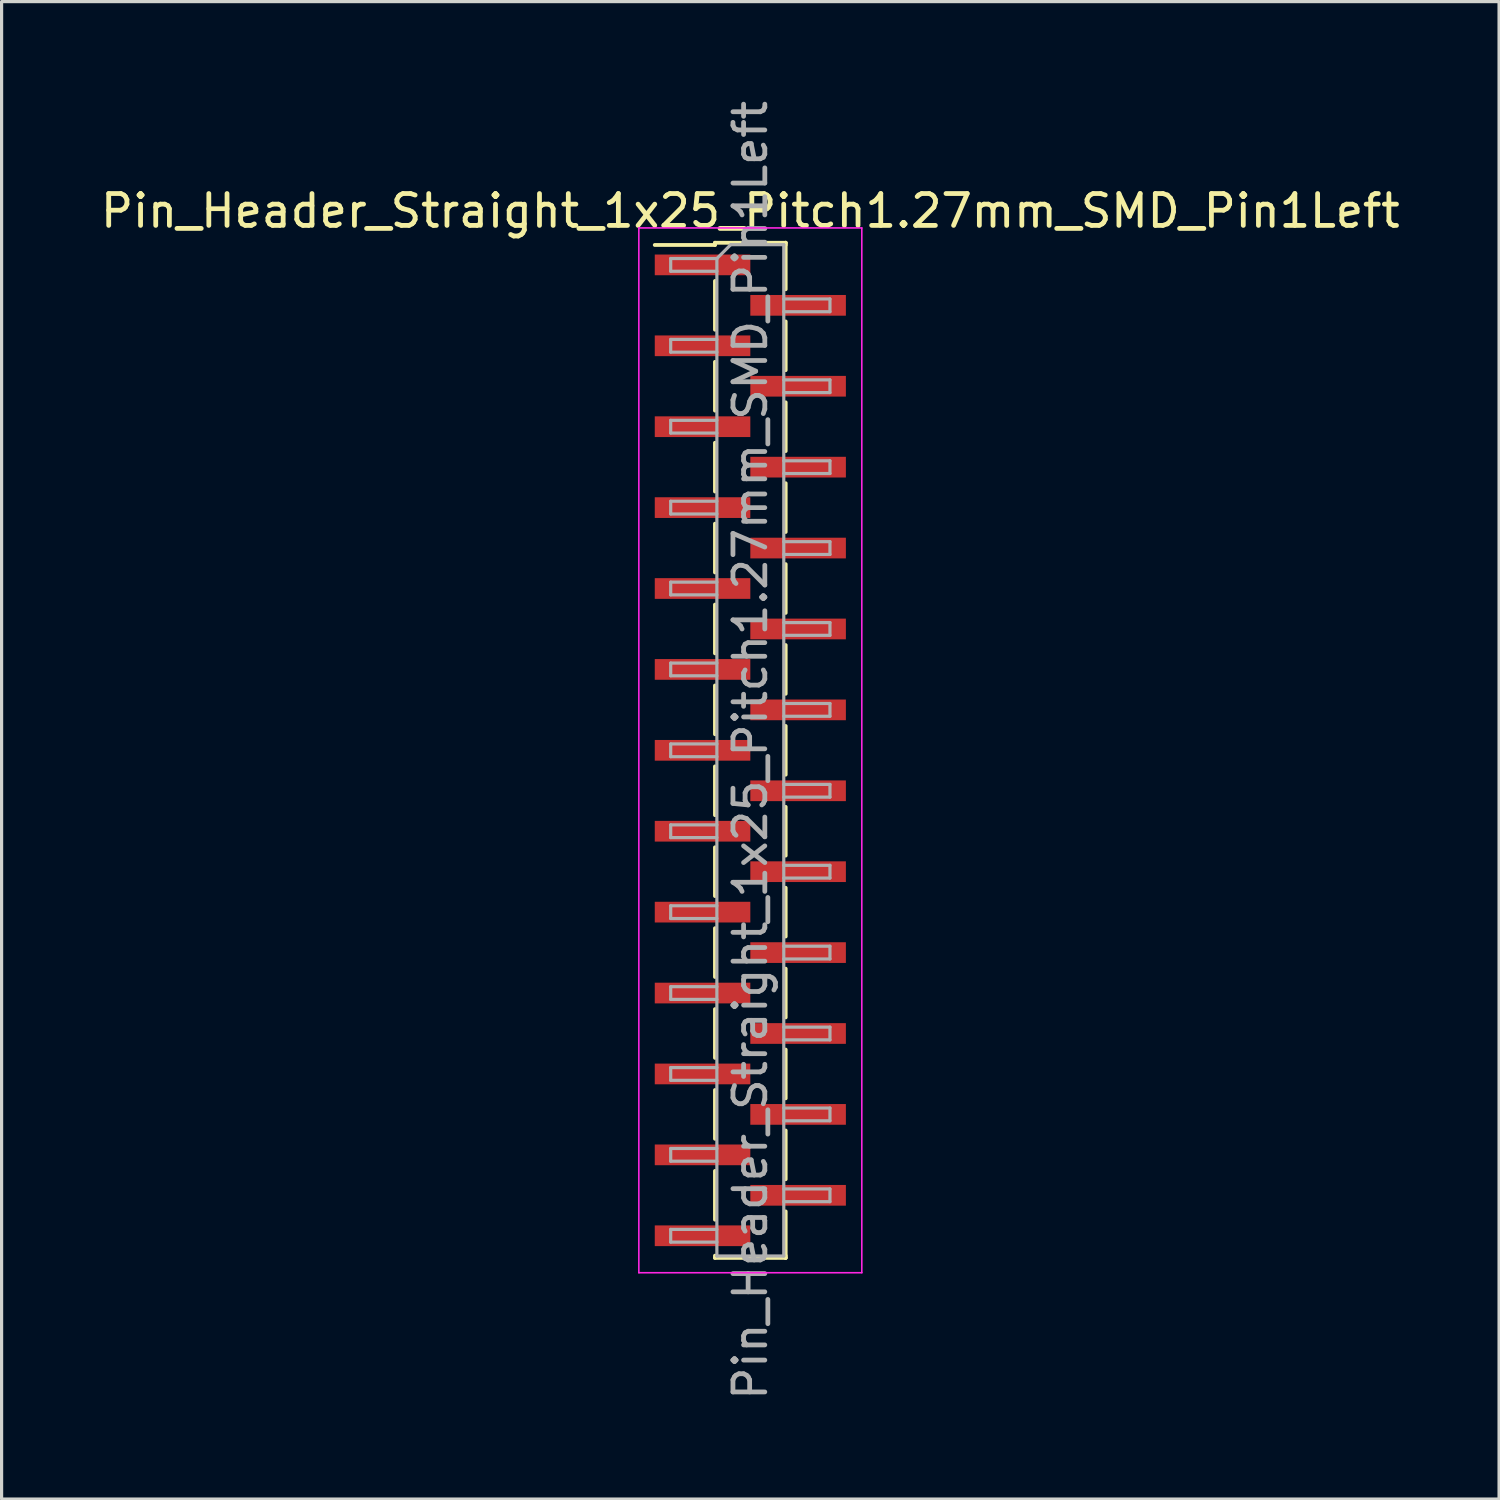
<source format=kicad_pcb>
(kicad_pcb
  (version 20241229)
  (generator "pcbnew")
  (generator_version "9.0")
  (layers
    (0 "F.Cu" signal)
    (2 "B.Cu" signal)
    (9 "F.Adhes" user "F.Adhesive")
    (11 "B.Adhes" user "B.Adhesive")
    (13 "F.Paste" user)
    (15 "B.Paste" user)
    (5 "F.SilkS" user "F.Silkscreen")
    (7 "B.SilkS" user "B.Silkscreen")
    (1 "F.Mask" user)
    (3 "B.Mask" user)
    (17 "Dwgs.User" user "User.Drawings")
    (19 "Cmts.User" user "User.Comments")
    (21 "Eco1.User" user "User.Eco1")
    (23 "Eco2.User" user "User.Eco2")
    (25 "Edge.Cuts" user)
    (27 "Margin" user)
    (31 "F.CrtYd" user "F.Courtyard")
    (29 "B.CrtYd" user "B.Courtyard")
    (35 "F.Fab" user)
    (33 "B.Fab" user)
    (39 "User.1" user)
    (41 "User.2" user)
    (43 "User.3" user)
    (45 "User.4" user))
  (footprint "Pin_Header_Straight_1x25_Pitch1.27mm_SMD_Pin1Left"
    (layer "F.Cu")
    (at 20.506 20.506)
    (property "Reference" "Pin_Header_Straight_1x25_Pitch1.27mm_SMD_Pin1Left" (at 0 -16.935 0) (layer "F.SilkS") (effects (font (size 1 1) (thickness 0.15))))
    (attr smd)
    (fp_line (start -1.11 -15.935) (end 1.11 -15.935) (stroke (width 0.12) (type solid)) (layer "F.SilkS"))
    (fp_line (start -1.11 -15.865) (end -3 -15.865) (stroke (width 0.12) (type solid)) (layer "F.SilkS"))
    (fp_line (start -1.11 -15.865) (end -1.11 -15.935) (stroke (width 0.12) (type solid)) (layer "F.SilkS"))
    (fp_line (start -1.11 -14.735) (end -1.11 -13.205) (stroke (width 0.12) (type solid)) (layer "F.SilkS"))
    (fp_line (start -1.11 -12.195) (end -1.11 -10.665) (stroke (width 0.12) (type solid)) (layer "F.SilkS"))
    (fp_line (start -1.11 -9.655) (end -1.11 -8.125) (stroke (width 0.12) (type solid)) (layer "F.SilkS"))
    (fp_line (start -1.11 -7.115) (end -1.11 -5.585) (stroke (width 0.12) (type solid)) (layer "F.SilkS"))
    (fp_line (start -1.11 -4.575) (end -1.11 -3.045) (stroke (width 0.12) (type solid)) (layer "F.SilkS"))
    (fp_line (start -1.11 -2.035) (end -1.11 -0.505) (stroke (width 0.12) (type solid)) (layer "F.SilkS"))
    (fp_line (start -1.11 0.505) (end -1.11 2.035) (stroke (width 0.12) (type solid)) (layer "F.SilkS"))
    (fp_line (start -1.11 3.045) (end -1.11 4.575) (stroke (width 0.12) (type solid)) (layer "F.SilkS"))
    (fp_line (start -1.11 5.585) (end -1.11 7.115) (stroke (width 0.12) (type solid)) (layer "F.SilkS"))
    (fp_line (start -1.11 8.125) (end -1.11 9.655) (stroke (width 0.12) (type solid)) (layer "F.SilkS"))
    (fp_line (start -1.11 10.665) (end -1.11 12.195) (stroke (width 0.12) (type solid)) (layer "F.SilkS"))
    (fp_line (start -1.11 13.205) (end -1.11 14.735) (stroke (width 0.12) (type solid)) (layer "F.SilkS"))
    (fp_line (start -1.11 15.865) (end -1.11 15.935) (stroke (width 0.12) (type solid)) (layer "F.SilkS"))
    (fp_line (start -1.11 15.935) (end 1.11 15.935) (stroke (width 0.12) (type solid)) (layer "F.SilkS"))
    (fp_line (start 1.11 -15.935) (end 1.11 -15.865) (stroke (width 0.12) (type solid)) (layer "F.SilkS"))
    (fp_line (start 1.11 -15.935) (end 1.11 -14.475) (stroke (width 0.12) (type solid)) (layer "F.SilkS"))
    (fp_line (start 1.11 -13.465) (end 1.11 -11.935) (stroke (width 0.12) (type solid)) (layer "F.SilkS"))
    (fp_line (start 1.11 -10.925) (end 1.11 -9.395) (stroke (width 0.12) (type solid)) (layer "F.SilkS"))
    (fp_line (start 1.11 -8.385) (end 1.11 -6.855) (stroke (width 0.12) (type solid)) (layer "F.SilkS"))
    (fp_line (start 1.11 -5.845) (end 1.11 -4.315) (stroke (width 0.12) (type solid)) (layer "F.SilkS"))
    (fp_line (start 1.11 -3.305) (end 1.11 -1.775) (stroke (width 0.12) (type solid)) (layer "F.SilkS"))
    (fp_line (start 1.11 -0.765) (end 1.11 0.765) (stroke (width 0.12) (type solid)) (layer "F.SilkS"))
    (fp_line (start 1.11 1.775) (end 1.11 3.305) (stroke (width 0.12) (type solid)) (layer "F.SilkS"))
    (fp_line (start 1.11 4.315) (end 1.11 5.845) (stroke (width 0.12) (type solid)) (layer "F.SilkS"))
    (fp_line (start 1.11 6.855) (end 1.11 8.385) (stroke (width 0.12) (type solid)) (layer "F.SilkS"))
    (fp_line (start 1.11 9.395) (end 1.11 10.925) (stroke (width 0.12) (type solid)) (layer "F.SilkS"))
    (fp_line (start 1.11 11.935) (end 1.11 13.465) (stroke (width 0.12) (type solid)) (layer "F.SilkS"))
    (fp_line (start 1.11 14.475) (end 1.11 15.935) (stroke (width 0.12) (type solid)) (layer "F.SilkS"))
    (fp_line (start 1.11 15.935) (end 1.11 15.865) (stroke (width 0.12) (type solid)) (layer "F.SilkS"))
    (fp_line (start -3.5 -16.4) (end -3.5 16.4) (stroke (width 0.05) (type solid)) (layer "F.CrtYd"))
    (fp_line (start -3.5 16.4) (end 3.5 16.4) (stroke (width 0.05) (type solid)) (layer "F.CrtYd"))
    (fp_line (start 3.5 -16.4) (end -3.5 -16.4) (stroke (width 0.05) (type solid)) (layer "F.CrtYd"))
    (fp_line (start 3.5 16.4) (end 3.5 -16.4) (stroke (width 0.05) (type solid)) (layer "F.CrtYd"))
    (fp_line (start -2.5 -15.44) (end -2.5 -15.04) (stroke (width 0.1) (type solid)) (layer "F.Fab"))
    (fp_line (start -2.5 -15.04) (end -1.05 -15.04) (stroke (width 0.1) (type solid)) (layer "F.Fab"))
    (fp_line (start -2.5 -12.9) (end -2.5 -12.5) (stroke (width 0.1) (type solid)) (layer "F.Fab"))
    (fp_line (start -2.5 -12.5) (end -1.05 -12.5) (stroke (width 0.1) (type solid)) (layer "F.Fab"))
    (fp_line (start -2.5 -10.36) (end -2.5 -9.96) (stroke (width 0.1) (type solid)) (layer "F.Fab"))
    (fp_line (start -2.5 -9.96) (end -1.05 -9.96) (stroke (width 0.1) (type solid)) (layer "F.Fab"))
    (fp_line (start -2.5 -7.82) (end -2.5 -7.42) (stroke (width 0.1) (type solid)) (layer "F.Fab"))
    (fp_line (start -2.5 -7.42) (end -1.05 -7.42) (stroke (width 0.1) (type solid)) (layer "F.Fab"))
    (fp_line (start -2.5 -5.28) (end -2.5 -4.88) (stroke (width 0.1) (type solid)) (layer "F.Fab"))
    (fp_line (start -2.5 -4.88) (end -1.05 -4.88) (stroke (width 0.1) (type solid)) (layer "F.Fab"))
    (fp_line (start -2.5 -2.74) (end -2.5 -2.34) (stroke (width 0.1) (type solid)) (layer "F.Fab"))
    (fp_line (start -2.5 -2.34) (end -1.05 -2.34) (stroke (width 0.1) (type solid)) (layer "F.Fab"))
    (fp_line (start -2.5 -0.2) (end -2.5 0.2) (stroke (width 0.1) (type solid)) (layer "F.Fab"))
    (fp_line (start -2.5 0.2) (end -1.05 0.2) (stroke (width 0.1) (type solid)) (layer "F.Fab"))
    (fp_line (start -2.5 2.34) (end -2.5 2.74) (stroke (width 0.1) (type solid)) (layer "F.Fab"))
    (fp_line (start -2.5 2.74) (end -1.05 2.74) (stroke (width 0.1) (type solid)) (layer "F.Fab"))
    (fp_line (start -2.5 4.88) (end -2.5 5.28) (stroke (width 0.1) (type solid)) (layer "F.Fab"))
    (fp_line (start -2.5 5.28) (end -1.05 5.28) (stroke (width 0.1) (type solid)) (layer "F.Fab"))
    (fp_line (start -2.5 7.42) (end -2.5 7.82) (stroke (width 0.1) (type solid)) (layer "F.Fab"))
    (fp_line (start -2.5 7.82) (end -1.05 7.82) (stroke (width 0.1) (type solid)) (layer "F.Fab"))
    (fp_line (start -2.5 9.96) (end -2.5 10.36) (stroke (width 0.1) (type solid)) (layer "F.Fab"))
    (fp_line (start -2.5 10.36) (end -1.05 10.36) (stroke (width 0.1) (type solid)) (layer "F.Fab"))
    (fp_line (start -2.5 12.5) (end -2.5 12.9) (stroke (width 0.1) (type solid)) (layer "F.Fab"))
    (fp_line (start -2.5 12.9) (end -1.05 12.9) (stroke (width 0.1) (type solid)) (layer "F.Fab"))
    (fp_line (start -2.5 15.04) (end -2.5 15.44) (stroke (width 0.1) (type solid)) (layer "F.Fab"))
    (fp_line (start -2.5 15.44) (end -1.05 15.44) (stroke (width 0.1) (type solid)) (layer "F.Fab"))
    (fp_line (start -1.05 -15.44) (end -2.5 -15.44) (stroke (width 0.1) (type solid)) (layer "F.Fab"))
    (fp_line (start -1.05 -15.44) (end -0.615 -15.875) (stroke (width 0.1) (type solid)) (layer "F.Fab"))
    (fp_line (start -1.05 -12.9) (end -2.5 -12.9) (stroke (width 0.1) (type solid)) (layer "F.Fab"))
    (fp_line (start -1.05 -10.36) (end -2.5 -10.36) (stroke (width 0.1) (type solid)) (layer "F.Fab"))
    (fp_line (start -1.05 -7.82) (end -2.5 -7.82) (stroke (width 0.1) (type solid)) (layer "F.Fab"))
    (fp_line (start -1.05 -5.28) (end -2.5 -5.28) (stroke (width 0.1) (type solid)) (layer "F.Fab"))
    (fp_line (start -1.05 -2.74) (end -2.5 -2.74) (stroke (width 0.1) (type solid)) (layer "F.Fab"))
    (fp_line (start -1.05 -0.2) (end -2.5 -0.2) (stroke (width 0.1) (type solid)) (layer "F.Fab"))
    (fp_line (start -1.05 2.34) (end -2.5 2.34) (stroke (width 0.1) (type solid)) (layer "F.Fab"))
    (fp_line (start -1.05 4.88) (end -2.5 4.88) (stroke (width 0.1) (type solid)) (layer "F.Fab"))
    (fp_line (start -1.05 7.42) (end -2.5 7.42) (stroke (width 0.1) (type solid)) (layer "F.Fab"))
    (fp_line (start -1.05 9.96) (end -2.5 9.96) (stroke (width 0.1) (type solid)) (layer "F.Fab"))
    (fp_line (start -1.05 12.5) (end -2.5 12.5) (stroke (width 0.1) (type solid)) (layer "F.Fab"))
    (fp_line (start -1.05 15.04) (end -2.5 15.04) (stroke (width 0.1) (type solid)) (layer "F.Fab"))
    (fp_line (start -1.05 15.875) (end -1.05 -15.44) (stroke (width 0.1) (type solid)) (layer "F.Fab"))
    (fp_line (start -0.615 -15.875) (end 1.05 -15.875) (stroke (width 0.1) (type solid)) (layer "F.Fab"))
    (fp_line (start 1.05 -15.875) (end 1.05 15.875) (stroke (width 0.1) (type solid)) (layer "F.Fab"))
    (fp_line (start 1.05 -14.17) (end 2.5 -14.17) (stroke (width 0.1) (type solid)) (layer "F.Fab"))
    (fp_line (start 1.05 -11.63) (end 2.5 -11.63) (stroke (width 0.1) (type solid)) (layer "F.Fab"))
    (fp_line (start 1.05 -9.09) (end 2.5 -9.09) (stroke (width 0.1) (type solid)) (layer "F.Fab"))
    (fp_line (start 1.05 -6.55) (end 2.5 -6.55) (stroke (width 0.1) (type solid)) (layer "F.Fab"))
    (fp_line (start 1.05 -4.01) (end 2.5 -4.01) (stroke (width 0.1) (type solid)) (layer "F.Fab"))
    (fp_line (start 1.05 -1.47) (end 2.5 -1.47) (stroke (width 0.1) (type solid)) (layer "F.Fab"))
    (fp_line (start 1.05 1.07) (end 2.5 1.07) (stroke (width 0.1) (type solid)) (layer "F.Fab"))
    (fp_line (start 1.05 3.61) (end 2.5 3.61) (stroke (width 0.1) (type solid)) (layer "F.Fab"))
    (fp_line (start 1.05 6.15) (end 2.5 6.15) (stroke (width 0.1) (type solid)) (layer "F.Fab"))
    (fp_line (start 1.05 8.69) (end 2.5 8.69) (stroke (width 0.1) (type solid)) (layer "F.Fab"))
    (fp_line (start 1.05 11.23) (end 2.5 11.23) (stroke (width 0.1) (type solid)) (layer "F.Fab"))
    (fp_line (start 1.05 13.77) (end 2.5 13.77) (stroke (width 0.1) (type solid)) (layer "F.Fab"))
    (fp_line (start 1.05 15.875) (end -1.05 15.875) (stroke (width 0.1) (type solid)) (layer "F.Fab"))
    (fp_line (start 2.5 -14.17) (end 2.5 -13.77) (stroke (width 0.1) (type solid)) (layer "F.Fab"))
    (fp_line (start 2.5 -13.77) (end 1.05 -13.77) (stroke (width 0.1) (type solid)) (layer "F.Fab"))
    (fp_line (start 2.5 -11.63) (end 2.5 -11.23) (stroke (width 0.1) (type solid)) (layer "F.Fab"))
    (fp_line (start 2.5 -11.23) (end 1.05 -11.23) (stroke (width 0.1) (type solid)) (layer "F.Fab"))
    (fp_line (start 2.5 -9.09) (end 2.5 -8.69) (stroke (width 0.1) (type solid)) (layer "F.Fab"))
    (fp_line (start 2.5 -8.69) (end 1.05 -8.69) (stroke (width 0.1) (type solid)) (layer "F.Fab"))
    (fp_line (start 2.5 -6.55) (end 2.5 -6.15) (stroke (width 0.1) (type solid)) (layer "F.Fab"))
    (fp_line (start 2.5 -6.15) (end 1.05 -6.15) (stroke (width 0.1) (type solid)) (layer "F.Fab"))
    (fp_line (start 2.5 -4.01) (end 2.5 -3.61) (stroke (width 0.1) (type solid)) (layer "F.Fab"))
    (fp_line (start 2.5 -3.61) (end 1.05 -3.61) (stroke (width 0.1) (type solid)) (layer "F.Fab"))
    (fp_line (start 2.5 -1.47) (end 2.5 -1.07) (stroke (width 0.1) (type solid)) (layer "F.Fab"))
    (fp_line (start 2.5 -1.07) (end 1.05 -1.07) (stroke (width 0.1) (type solid)) (layer "F.Fab"))
    (fp_line (start 2.5 1.07) (end 2.5 1.47) (stroke (width 0.1) (type solid)) (layer "F.Fab"))
    (fp_line (start 2.5 1.47) (end 1.05 1.47) (stroke (width 0.1) (type solid)) (layer "F.Fab"))
    (fp_line (start 2.5 3.61) (end 2.5 4.01) (stroke (width 0.1) (type solid)) (layer "F.Fab"))
    (fp_line (start 2.5 4.01) (end 1.05 4.01) (stroke (width 0.1) (type solid)) (layer "F.Fab"))
    (fp_line (start 2.5 6.15) (end 2.5 6.55) (stroke (width 0.1) (type solid)) (layer "F.Fab"))
    (fp_line (start 2.5 6.55) (end 1.05 6.55) (stroke (width 0.1) (type solid)) (layer "F.Fab"))
    (fp_line (start 2.5 8.69) (end 2.5 9.09) (stroke (width 0.1) (type solid)) (layer "F.Fab"))
    (fp_line (start 2.5 9.09) (end 1.05 9.09) (stroke (width 0.1) (type solid)) (layer "F.Fab"))
    (fp_line (start 2.5 11.23) (end 2.5 11.63) (stroke (width 0.1) (type solid)) (layer "F.Fab"))
    (fp_line (start 2.5 11.63) (end 1.05 11.63) (stroke (width 0.1) (type solid)) (layer "F.Fab"))
    (fp_line (start 2.5 13.77) (end 2.5 14.17) (stroke (width 0.1) (type solid)) (layer "F.Fab"))
    (fp_line (start 2.5 14.17) (end 1.05 14.17) (stroke (width 0.1) (type solid)) (layer "F.Fab"))
    (fp_text user "${REFERENCE}" (at 0 0 90) (layer "F.Fab") (effects (font (size 1 1) (thickness 0.15))))
    (pad "1" smd rect (at -1.5 -15.24) (size 3 0.65) (layers "F.Cu" "F.Mask" "F.Paste"))
    (pad "2" smd rect (at 1.5 -13.97) (size 3 0.65) (layers "F.Cu" "F.Mask" "F.Paste"))
    (pad "3" smd rect (at -1.5 -12.7) (size 3 0.65) (layers "F.Cu" "F.Mask" "F.Paste"))
    (pad "4" smd rect (at 1.5 -11.43) (size 3 0.65) (layers "F.Cu" "F.Mask" "F.Paste"))
    (pad "5" smd rect (at -1.5 -10.16) (size 3 0.65) (layers "F.Cu" "F.Mask" "F.Paste"))
    (pad "6" smd rect (at 1.5 -8.89) (size 3 0.65) (layers "F.Cu" "F.Mask" "F.Paste"))
    (pad "7" smd rect (at -1.5 -7.62) (size 3 0.65) (layers "F.Cu" "F.Mask" "F.Paste"))
    (pad "8" smd rect (at 1.5 -6.35) (size 3 0.65) (layers "F.Cu" "F.Mask" "F.Paste"))
    (pad "9" smd rect (at -1.5 -5.08) (size 3 0.65) (layers "F.Cu" "F.Mask" "F.Paste"))
    (pad "10" smd rect (at 1.5 -3.81) (size 3 0.65) (layers "F.Cu" "F.Mask" "F.Paste"))
    (pad "11" smd rect (at -1.5 -2.54) (size 3 0.65) (layers "F.Cu" "F.Mask" "F.Paste"))
    (pad "12" smd rect (at 1.5 -1.27) (size 3 0.65) (layers "F.Cu" "F.Mask" "F.Paste"))
    (pad "13" smd rect (at -1.5 0) (size 3 0.65) (layers "F.Cu" "F.Mask" "F.Paste"))
    (pad "14" smd rect (at 1.5 1.27) (size 3 0.65) (layers "F.Cu" "F.Mask" "F.Paste"))
    (pad "15" smd rect (at -1.5 2.54) (size 3 0.65) (layers "F.Cu" "F.Mask" "F.Paste"))
    (pad "16" smd rect (at 1.5 3.81) (size 3 0.65) (layers "F.Cu" "F.Mask" "F.Paste"))
    (pad "17" smd rect (at -1.5 5.08) (size 3 0.65) (layers "F.Cu" "F.Mask" "F.Paste"))
    (pad "18" smd rect (at 1.5 6.35) (size 3 0.65) (layers "F.Cu" "F.Mask" "F.Paste"))
    (pad "19" smd rect (at -1.5 7.62) (size 3 0.65) (layers "F.Cu" "F.Mask" "F.Paste"))
    (pad "20" smd rect (at 1.5 8.89) (size 3 0.65) (layers "F.Cu" "F.Mask" "F.Paste"))
    (pad "21" smd rect (at -1.5 10.16) (size 3 0.65) (layers "F.Cu" "F.Mask" "F.Paste"))
    (pad "22" smd rect (at 1.5 11.43) (size 3 0.65) (layers "F.Cu" "F.Mask" "F.Paste"))
    (pad "23" smd rect (at -1.5 12.7) (size 3 0.65) (layers "F.Cu" "F.Mask" "F.Paste"))
    (pad "24" smd rect (at 1.5 13.97) (size 3 0.65) (layers "F.Cu" "F.Mask" "F.Paste"))
    (pad "25" smd rect (at -1.5 15.24) (size 3 0.65) (layers "F.Cu" "F.Mask" "F.Paste")))
  (gr_rect
    (start -3 -3)
    (end 44.012 44.012)
    (stroke (width 0.1) (type default))
    (fill no)
    (layer "Edge.Cuts")))
</source>
